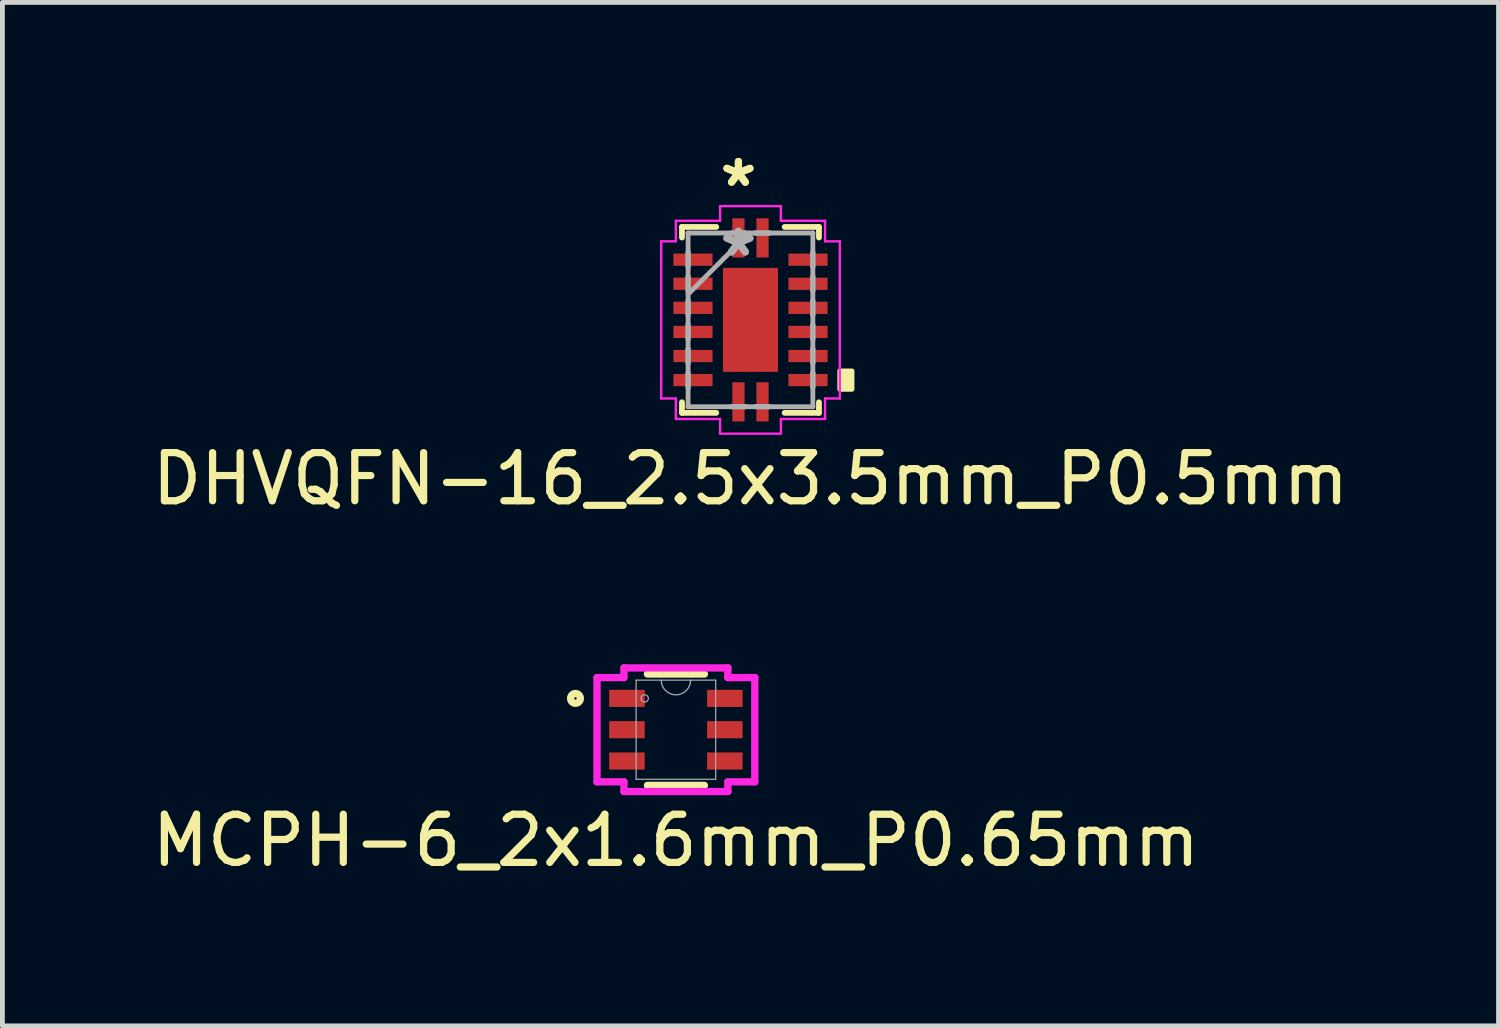
<source format=kicad_pcb>
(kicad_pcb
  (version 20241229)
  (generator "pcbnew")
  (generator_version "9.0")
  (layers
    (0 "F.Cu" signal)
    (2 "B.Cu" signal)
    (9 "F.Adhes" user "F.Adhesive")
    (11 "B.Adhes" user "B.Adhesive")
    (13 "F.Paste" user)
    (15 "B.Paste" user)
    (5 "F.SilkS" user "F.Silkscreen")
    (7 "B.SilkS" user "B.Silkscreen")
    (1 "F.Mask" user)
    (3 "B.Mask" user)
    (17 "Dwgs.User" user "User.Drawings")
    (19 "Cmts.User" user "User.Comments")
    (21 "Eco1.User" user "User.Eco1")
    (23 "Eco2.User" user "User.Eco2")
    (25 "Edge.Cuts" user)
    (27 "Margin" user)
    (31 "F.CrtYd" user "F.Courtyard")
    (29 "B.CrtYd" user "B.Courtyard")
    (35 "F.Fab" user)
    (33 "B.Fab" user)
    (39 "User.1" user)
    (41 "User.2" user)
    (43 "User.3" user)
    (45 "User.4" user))
  (footprint "MCPH-6_2x1.6mm_P0.65mm"
    (layer "F.Cu")
    (at 10.982 12.099)
    (property "Reference" "MCPH-6_2x1.6mm_P0.65mm" (at 0 2.3 0) (unlocked yes) (layer "F.SilkS") (effects (font (size 1 1) (thickness 0.15))))
    (attr smd)
    (fp_line (start -0.591 1.156) (end 0.591 1.156) (stroke (width 0.152) (type solid)) (layer "F.SilkS"))
    (fp_line (start 0.591 -1.156) (end -0.591 -1.156) (stroke (width 0.152) (type solid)) (layer "F.SilkS"))
    (fp_circle (center -2.085 -0.65) (end -1.984 -0.65) (stroke (width 0.152) (type solid)) (fill no) (layer "F.SilkS"))
    (fp_line (start -1.638 -1.082) (end -1.079 -1.082) (stroke (width 0.152) (type solid)) (layer "F.CrtYd"))
    (fp_line (start -1.638 1.082) (end -1.638 -1.082) (stroke (width 0.152) (type solid)) (layer "F.CrtYd"))
    (fp_line (start -1.638 1.082) (end -1.079 1.082) (stroke (width 0.152) (type solid)) (layer "F.CrtYd"))
    (fp_line (start -1.079 -1.283) (end 1.079 -1.283) (stroke (width 0.152) (type solid)) (layer "F.CrtYd"))
    (fp_line (start -1.079 -1.082) (end -1.079 -1.283) (stroke (width 0.152) (type solid)) (layer "F.CrtYd"))
    (fp_line (start -1.079 1.283) (end -1.079 1.082) (stroke (width 0.152) (type solid)) (layer "F.CrtYd"))
    (fp_line (start 1.079 -1.283) (end 1.079 -1.082) (stroke (width 0.152) (type solid)) (layer "F.CrtYd"))
    (fp_line (start 1.079 1.082) (end 1.079 1.283) (stroke (width 0.152) (type solid)) (layer "F.CrtYd"))
    (fp_line (start 1.079 1.283) (end -1.079 1.283) (stroke (width 0.152) (type solid)) (layer "F.CrtYd"))
    (fp_line (start 1.638 -1.082) (end 1.079 -1.082) (stroke (width 0.152) (type solid)) (layer "F.CrtYd"))
    (fp_line (start 1.638 -1.082) (end 1.638 1.082) (stroke (width 0.152) (type solid)) (layer "F.CrtYd"))
    (fp_line (start 1.638 1.082) (end 1.079 1.082) (stroke (width 0.152) (type solid)) (layer "F.CrtYd"))
    (fp_line (start -0.826 -1.029) (end -0.826 1.029) (stroke (width 0.025) (type solid)) (layer "F.Fab"))
    (fp_line (start -0.826 1.029) (end 0.826 1.029) (stroke (width 0.025) (type solid)) (layer "F.Fab"))
    (fp_line (start 0.826 -1.029) (end -0.826 -1.029) (stroke (width 0.025) (type solid)) (layer "F.Fab"))
    (fp_line (start 0.826 1.029) (end 0.826 -1.029) (stroke (width 0.025) (type solid)) (layer "F.Fab"))
    (fp_arc (start 0.3048 -1.0287) (mid 0 -0.7239) (end -0.3048 -1.0287) (stroke (width 0.0254) (type solid)) (layer "F.Fab"))
    (fp_circle (center -0.648 -0.65) (end -0.572 -0.65) (stroke (width 0.025) (type solid)) (fill no) (layer "F.Fab"))
    (pad "1" smd rect (at -1.016 -0.65) (size 0.737 0.356) (layers "F.Cu" "F.Mask" "F.Paste"))
    (pad "2" smd rect (at -1.016 0) (size 0.737 0.356) (layers "F.Cu" "F.Mask" "F.Paste"))
    (pad "3" smd rect (at -1.016 0.65) (size 0.737 0.356) (layers "F.Cu" "F.Mask" "F.Paste"))
    (pad "4" smd rect (at 1.016 0.65) (size 0.737 0.356) (layers "F.Cu" "F.Mask" "F.Paste"))
    (pad "5" smd rect (at 1.016 0) (size 0.737 0.356) (layers "F.Cu" "F.Mask" "F.Paste"))
    (pad "6" smd rect (at 1.016 -0.65) (size 0.737 0.356) (layers "F.Cu" "F.Mask" "F.Paste")))
  (footprint "DHVQFN-16_2.5x3.5mm_P0.5mm"
    (layer "F.Cu")
    (at 12.53 3.591)
    (property "Reference" "DHVQFN-16_2.5x3.5mm_P0.5mm" (at 0 3.3 0) (layer "F.SilkS") (effects (font (size 1 1) (thickness 0.15))))
    (attr through_hole)
    (fp_line (start -1.422 -1.93) (end -1.422 -1.71) (stroke (width 0.12) (type solid)) (layer "F.SilkS"))
    (fp_line (start -1.422 1.71) (end -1.422 1.93) (stroke (width 0.12) (type solid)) (layer "F.SilkS"))
    (fp_line (start -1.422 1.93) (end -0.71 1.93) (stroke (width 0.12) (type solid)) (layer "F.SilkS"))
    (fp_line (start -0.71 -1.93) (end -1.422 -1.93) (stroke (width 0.12) (type solid)) (layer "F.SilkS"))
    (fp_line (start 0.71 1.93) (end 1.422 1.93) (stroke (width 0.12) (type solid)) (layer "F.SilkS"))
    (fp_line (start 1.422 -1.93) (end 0.71 -1.93) (stroke (width 0.12) (type solid)) (layer "F.SilkS"))
    (fp_line (start 1.422 -1.71) (end 1.422 -1.93) (stroke (width 0.12) (type solid)) (layer "F.SilkS"))
    (fp_line (start 1.422 1.93) (end 1.422 1.71) (stroke (width 0.12) (type solid)) (layer "F.SilkS"))
    (fp_poly (pts (xy 2.108 1.06) (xy 2.108 1.441) (xy 1.854 1.441) (xy 1.854 1.06)) (stroke (width 0.1) (type solid)) (fill yes) (layer "F.SilkS"))
    (fp_line (start -1.854 -1.631) (end -1.549 -1.631) (stroke (width 0.05) (type solid)) (layer "F.CrtYd"))
    (fp_line (start -1.854 1.631) (end -1.854 -1.631) (stroke (width 0.05) (type solid)) (layer "F.CrtYd"))
    (fp_line (start -1.549 -2.057) (end -0.631 -2.057) (stroke (width 0.05) (type solid)) (layer "F.CrtYd"))
    (fp_line (start -1.549 -1.631) (end -1.549 -2.057) (stroke (width 0.05) (type solid)) (layer "F.CrtYd"))
    (fp_line (start -1.549 1.631) (end -1.854 1.631) (stroke (width 0.05) (type solid)) (layer "F.CrtYd"))
    (fp_line (start -1.549 2.057) (end -1.549 1.631) (stroke (width 0.05) (type solid)) (layer "F.CrtYd"))
    (fp_line (start -0.631 -2.362) (end 0.631 -2.362) (stroke (width 0.05) (type solid)) (layer "F.CrtYd"))
    (fp_line (start -0.631 -2.057) (end -0.631 -2.362) (stroke (width 0.05) (type solid)) (layer "F.CrtYd"))
    (fp_line (start -0.631 2.057) (end -1.549 2.057) (stroke (width 0.05) (type solid)) (layer "F.CrtYd"))
    (fp_line (start -0.631 2.362) (end -0.631 2.057) (stroke (width 0.05) (type solid)) (layer "F.CrtYd"))
    (fp_line (start 0.631 -2.362) (end 0.631 -2.057) (stroke (width 0.05) (type solid)) (layer "F.CrtYd"))
    (fp_line (start 0.631 -2.057) (end 1.549 -2.057) (stroke (width 0.05) (type solid)) (layer "F.CrtYd"))
    (fp_line (start 0.631 2.057) (end 0.631 2.362) (stroke (width 0.05) (type solid)) (layer "F.CrtYd"))
    (fp_line (start 0.631 2.362) (end -0.631 2.362) (stroke (width 0.05) (type solid)) (layer "F.CrtYd"))
    (fp_line (start 1.549 -2.057) (end 1.549 -1.631) (stroke (width 0.05) (type solid)) (layer "F.CrtYd"))
    (fp_line (start 1.549 -1.631) (end 1.854 -1.631) (stroke (width 0.05) (type solid)) (layer "F.CrtYd"))
    (fp_line (start 1.549 1.631) (end 1.549 2.057) (stroke (width 0.05) (type solid)) (layer "F.CrtYd"))
    (fp_line (start 1.549 2.057) (end 0.631 2.057) (stroke (width 0.05) (type solid)) (layer "F.CrtYd"))
    (fp_line (start 1.854 -1.631) (end 1.854 1.631) (stroke (width 0.05) (type solid)) (layer "F.CrtYd"))
    (fp_line (start 1.854 1.631) (end 1.549 1.631) (stroke (width 0.05) (type solid)) (layer "F.CrtYd"))
    (fp_line (start -1.295 -1.803) (end -1.295 -1.803) (stroke (width 0.1) (type solid)) (layer "F.Fab"))
    (fp_line (start -1.295 -1.803) (end -1.295 1.803) (stroke (width 0.1) (type solid)) (layer "F.Fab"))
    (fp_line (start -1.295 -1.403) (end -1.295 -1.403) (stroke (width 0.1) (type solid)) (layer "F.Fab"))
    (fp_line (start -1.295 -1.403) (end -1.295 -1.098) (stroke (width 0.1) (type solid)) (layer "F.Fab"))
    (fp_line (start -1.295 -1.098) (end -1.295 -1.403) (stroke (width 0.1) (type solid)) (layer "F.Fab"))
    (fp_line (start -1.295 -1.098) (end -1.295 -1.098) (stroke (width 0.1) (type solid)) (layer "F.Fab"))
    (fp_line (start -1.295 -0.903) (end -1.295 -0.903) (stroke (width 0.1) (type solid)) (layer "F.Fab"))
    (fp_line (start -1.295 -0.903) (end -1.295 -0.598) (stroke (width 0.1) (type solid)) (layer "F.Fab"))
    (fp_line (start -1.295 -0.598) (end -1.295 -0.903) (stroke (width 0.1) (type solid)) (layer "F.Fab"))
    (fp_line (start -1.295 -0.598) (end -1.295 -0.598) (stroke (width 0.1) (type solid)) (layer "F.Fab"))
    (fp_line (start -1.295 -0.533) (end -0.025 -1.803) (stroke (width 0.1) (type solid)) (layer "F.Fab"))
    (fp_line (start -1.295 -0.402) (end -1.295 -0.402) (stroke (width 0.1) (type solid)) (layer "F.Fab"))
    (fp_line (start -1.295 -0.402) (end -1.295 -0.098) (stroke (width 0.1) (type solid)) (layer "F.Fab"))
    (fp_line (start -1.295 -0.098) (end -1.295 -0.402) (stroke (width 0.1) (type solid)) (layer "F.Fab"))
    (fp_line (start -1.295 -0.098) (end -1.295 -0.098) (stroke (width 0.1) (type solid)) (layer "F.Fab"))
    (fp_line (start -1.295 0.098) (end -1.295 0.098) (stroke (width 0.1) (type solid)) (layer "F.Fab"))
    (fp_line (start -1.295 0.098) (end -1.295 0.402) (stroke (width 0.1) (type solid)) (layer "F.Fab"))
    (fp_line (start -1.295 0.402) (end -1.295 0.098) (stroke (width 0.1) (type solid)) (layer "F.Fab"))
    (fp_line (start -1.295 0.402) (end -1.295 0.402) (stroke (width 0.1) (type solid)) (layer "F.Fab"))
    (fp_line (start -1.295 0.598) (end -1.295 0.598) (stroke (width 0.1) (type solid)) (layer "F.Fab"))
    (fp_line (start -1.295 0.598) (end -1.295 0.903) (stroke (width 0.1) (type solid)) (layer "F.Fab"))
    (fp_line (start -1.295 0.903) (end -1.295 0.598) (stroke (width 0.1) (type solid)) (layer "F.Fab"))
    (fp_line (start -1.295 0.903) (end -1.295 0.903) (stroke (width 0.1) (type solid)) (layer "F.Fab"))
    (fp_line (start -1.295 1.098) (end -1.295 1.098) (stroke (width 0.1) (type solid)) (layer "F.Fab"))
    (fp_line (start -1.295 1.098) (end -1.295 1.403) (stroke (width 0.1) (type solid)) (layer "F.Fab"))
    (fp_line (start -1.295 1.403) (end -1.295 1.098) (stroke (width 0.1) (type solid)) (layer "F.Fab"))
    (fp_line (start -1.295 1.403) (end -1.295 1.403) (stroke (width 0.1) (type solid)) (layer "F.Fab"))
    (fp_line (start -1.295 1.803) (end -1.295 1.803) (stroke (width 0.1) (type solid)) (layer "F.Fab"))
    (fp_line (start -1.295 1.803) (end 1.295 1.803) (stroke (width 0.1) (type solid)) (layer "F.Fab"))
    (fp_line (start -0.402 -1.803) (end -0.402 -1.803) (stroke (width 0.1) (type solid)) (layer "F.Fab"))
    (fp_line (start -0.402 -1.803) (end -0.098 -1.803) (stroke (width 0.1) (type solid)) (layer "F.Fab"))
    (fp_line (start -0.402 1.803) (end -0.402 1.803) (stroke (width 0.1) (type solid)) (layer "F.Fab"))
    (fp_line (start -0.402 1.803) (end -0.098 1.803) (stroke (width 0.1) (type solid)) (layer "F.Fab"))
    (fp_line (start -0.098 -1.803) (end -0.402 -1.803) (stroke (width 0.1) (type solid)) (layer "F.Fab"))
    (fp_line (start -0.098 -1.803) (end -0.098 -1.803) (stroke (width 0.1) (type solid)) (layer "F.Fab"))
    (fp_line (start -0.098 1.803) (end -0.402 1.803) (stroke (width 0.1) (type solid)) (layer "F.Fab"))
    (fp_line (start -0.098 1.803) (end -0.098 1.803) (stroke (width 0.1) (type solid)) (layer "F.Fab"))
    (fp_line (start 0.098 -1.803) (end 0.098 -1.803) (stroke (width 0.1) (type solid)) (layer "F.Fab"))
    (fp_line (start 0.098 -1.803) (end 0.402 -1.803) (stroke (width 0.1) (type solid)) (layer "F.Fab"))
    (fp_line (start 0.098 1.803) (end 0.098 1.803) (stroke (width 0.1) (type solid)) (layer "F.Fab"))
    (fp_line (start 0.098 1.803) (end 0.402 1.803) (stroke (width 0.1) (type solid)) (layer "F.Fab"))
    (fp_line (start 0.402 -1.803) (end 0.098 -1.803) (stroke (width 0.1) (type solid)) (layer "F.Fab"))
    (fp_line (start 0.402 -1.803) (end 0.402 -1.803) (stroke (width 0.1) (type solid)) (layer "F.Fab"))
    (fp_line (start 0.402 1.803) (end 0.098 1.803) (stroke (width 0.1) (type solid)) (layer "F.Fab"))
    (fp_line (start 0.402 1.803) (end 0.402 1.803) (stroke (width 0.1) (type solid)) (layer "F.Fab"))
    (fp_line (start 1.295 -1.803) (end -1.295 -1.803) (stroke (width 0.1) (type solid)) (layer "F.Fab"))
    (fp_line (start 1.295 -1.803) (end 1.295 -1.803) (stroke (width 0.1) (type solid)) (layer "F.Fab"))
    (fp_line (start 1.295 -1.403) (end 1.295 -1.403) (stroke (width 0.1) (type solid)) (layer "F.Fab"))
    (fp_line (start 1.295 -1.403) (end 1.295 -1.098) (stroke (width 0.1) (type solid)) (layer "F.Fab"))
    (fp_line (start 1.295 -1.098) (end 1.295 -1.403) (stroke (width 0.1) (type solid)) (layer "F.Fab"))
    (fp_line (start 1.295 -1.098) (end 1.295 -1.098) (stroke (width 0.1) (type solid)) (layer "F.Fab"))
    (fp_line (start 1.295 -0.903) (end 1.295 -0.903) (stroke (width 0.1) (type solid)) (layer "F.Fab"))
    (fp_line (start 1.295 -0.903) (end 1.295 -0.598) (stroke (width 0.1) (type solid)) (layer "F.Fab"))
    (fp_line (start 1.295 -0.598) (end 1.295 -0.903) (stroke (width 0.1) (type solid)) (layer "F.Fab"))
    (fp_line (start 1.295 -0.598) (end 1.295 -0.598) (stroke (width 0.1) (type solid)) (layer "F.Fab"))
    (fp_line (start 1.295 -0.402) (end 1.295 -0.402) (stroke (width 0.1) (type solid)) (layer "F.Fab"))
    (fp_line (start 1.295 -0.402) (end 1.295 -0.098) (stroke (width 0.1) (type solid)) (layer "F.Fab"))
    (fp_line (start 1.295 -0.098) (end 1.295 -0.402) (stroke (width 0.1) (type solid)) (layer "F.Fab"))
    (fp_line (start 1.295 -0.098) (end 1.295 -0.098) (stroke (width 0.1) (type solid)) (layer "F.Fab"))
    (fp_line (start 1.295 0.098) (end 1.295 0.098) (stroke (width 0.1) (type solid)) (layer "F.Fab"))
    (fp_line (start 1.295 0.098) (end 1.295 0.402) (stroke (width 0.1) (type solid)) (layer "F.Fab"))
    (fp_line (start 1.295 0.402) (end 1.295 0.098) (stroke (width 0.1) (type solid)) (layer "F.Fab"))
    (fp_line (start 1.295 0.402) (end 1.295 0.402) (stroke (width 0.1) (type solid)) (layer "F.Fab"))
    (fp_line (start 1.295 0.598) (end 1.295 0.598) (stroke (width 0.1) (type solid)) (layer "F.Fab"))
    (fp_line (start 1.295 0.598) (end 1.295 0.903) (stroke (width 0.1) (type solid)) (layer "F.Fab"))
    (fp_line (start 1.295 0.903) (end 1.295 0.598) (stroke (width 0.1) (type solid)) (layer "F.Fab"))
    (fp_line (start 1.295 0.903) (end 1.295 0.903) (stroke (width 0.1) (type solid)) (layer "F.Fab"))
    (fp_line (start 1.295 1.098) (end 1.295 1.098) (stroke (width 0.1) (type solid)) (layer "F.Fab"))
    (fp_line (start 1.295 1.098) (end 1.295 1.403) (stroke (width 0.1) (type solid)) (layer "F.Fab"))
    (fp_line (start 1.295 1.403) (end 1.295 1.098) (stroke (width 0.1) (type solid)) (layer "F.Fab"))
    (fp_line (start 1.295 1.403) (end 1.295 1.403) (stroke (width 0.1) (type solid)) (layer "F.Fab"))
    (fp_line (start 1.295 1.803) (end 1.295 -1.803) (stroke (width 0.1) (type solid)) (layer "F.Fab"))
    (fp_line (start 1.295 1.803) (end 1.295 1.803) (stroke (width 0.1) (type solid)) (layer "F.Fab"))
    (fp_text user "*" (at -0.25 -2.743 0) (layer "F.SilkS") (effects (font (size 1 1) (thickness 0.15))))
    (fp_text user "*" (at -0.25 -2.743 0) (layer "F.SilkS") (effects (font (size 1 1) (thickness 0.15))))
    (fp_text user "*" (at -0.25 -1.295 0) (layer "F.Fab") (effects (font (size 1 1) (thickness 0.15))))
    (fp_text user "*" (at -0.25 -1.295 0) (layer "F.Fab") (effects (font (size 1 1) (thickness 0.15))))
    (pad "1" smd rect (at -0.25 -1.702) (size 0.254 0.813) (layers "F.Cu" "F.Mask" "F.Paste"))
    (pad "2" smd rect (at -1.194 -1.25 90) (size 0.254 0.813) (layers "F.Cu" "F.Mask" "F.Paste"))
    (pad "3" smd rect (at -1.194 -0.75 90) (size 0.254 0.813) (layers "F.Cu" "F.Mask" "F.Paste"))
    (pad "4" smd rect (at -1.194 -0.25 90) (size 0.254 0.813) (layers "F.Cu" "F.Mask" "F.Paste"))
    (pad "5" smd rect (at -1.194 0.25 90) (size 0.254 0.813) (layers "F.Cu" "F.Mask" "F.Paste"))
    (pad "6" smd rect (at -1.194 0.75 90) (size 0.254 0.813) (layers "F.Cu" "F.Mask" "F.Paste"))
    (pad "7" smd rect (at -1.194 1.25 90) (size 0.254 0.813) (layers "F.Cu" "F.Mask" "F.Paste"))
    (pad "8" smd rect (at -0.25 1.702) (size 0.254 0.813) (layers "F.Cu" "F.Mask" "F.Paste"))
    (pad "9" smd rect (at 0.25 1.702) (size 0.254 0.813) (layers "F.Cu" "F.Mask" "F.Paste"))
    (pad "10" smd rect (at 1.194 1.25 90) (size 0.254 0.813) (layers "F.Cu" "F.Mask" "F.Paste"))
    (pad "11" smd rect (at 1.194 0.75 90) (size 0.254 0.813) (layers "F.Cu" "F.Mask" "F.Paste"))
    (pad "12" smd rect (at 1.194 0.25 90) (size 0.254 0.813) (layers "F.Cu" "F.Mask" "F.Paste"))
    (pad "13" smd rect (at 1.194 -0.25 90) (size 0.254 0.813) (layers "F.Cu" "F.Mask" "F.Paste"))
    (pad "14" smd rect (at 1.194 -0.75 90) (size 0.254 0.813) (layers "F.Cu" "F.Mask" "F.Paste"))
    (pad "15" smd rect (at 1.194 -1.25 90) (size 0.254 0.813) (layers "F.Cu" "F.Mask" "F.Paste"))
    (pad "16" smd rect (at 0.25 -1.702) (size 0.254 0.813) (layers "F.Cu" "F.Mask" "F.Paste"))
    (pad "17" smd rect (at 0 0) (size 1.143 2.159) (layers "F.Cu" "F.Mask" "F.Paste")))
  (gr_rect
    (start -3 -3)
    (end 28.06 18.247)
    (stroke (width 0.1) (type default))
    (fill no)
    (layer "Edge.Cuts")))
</source>
